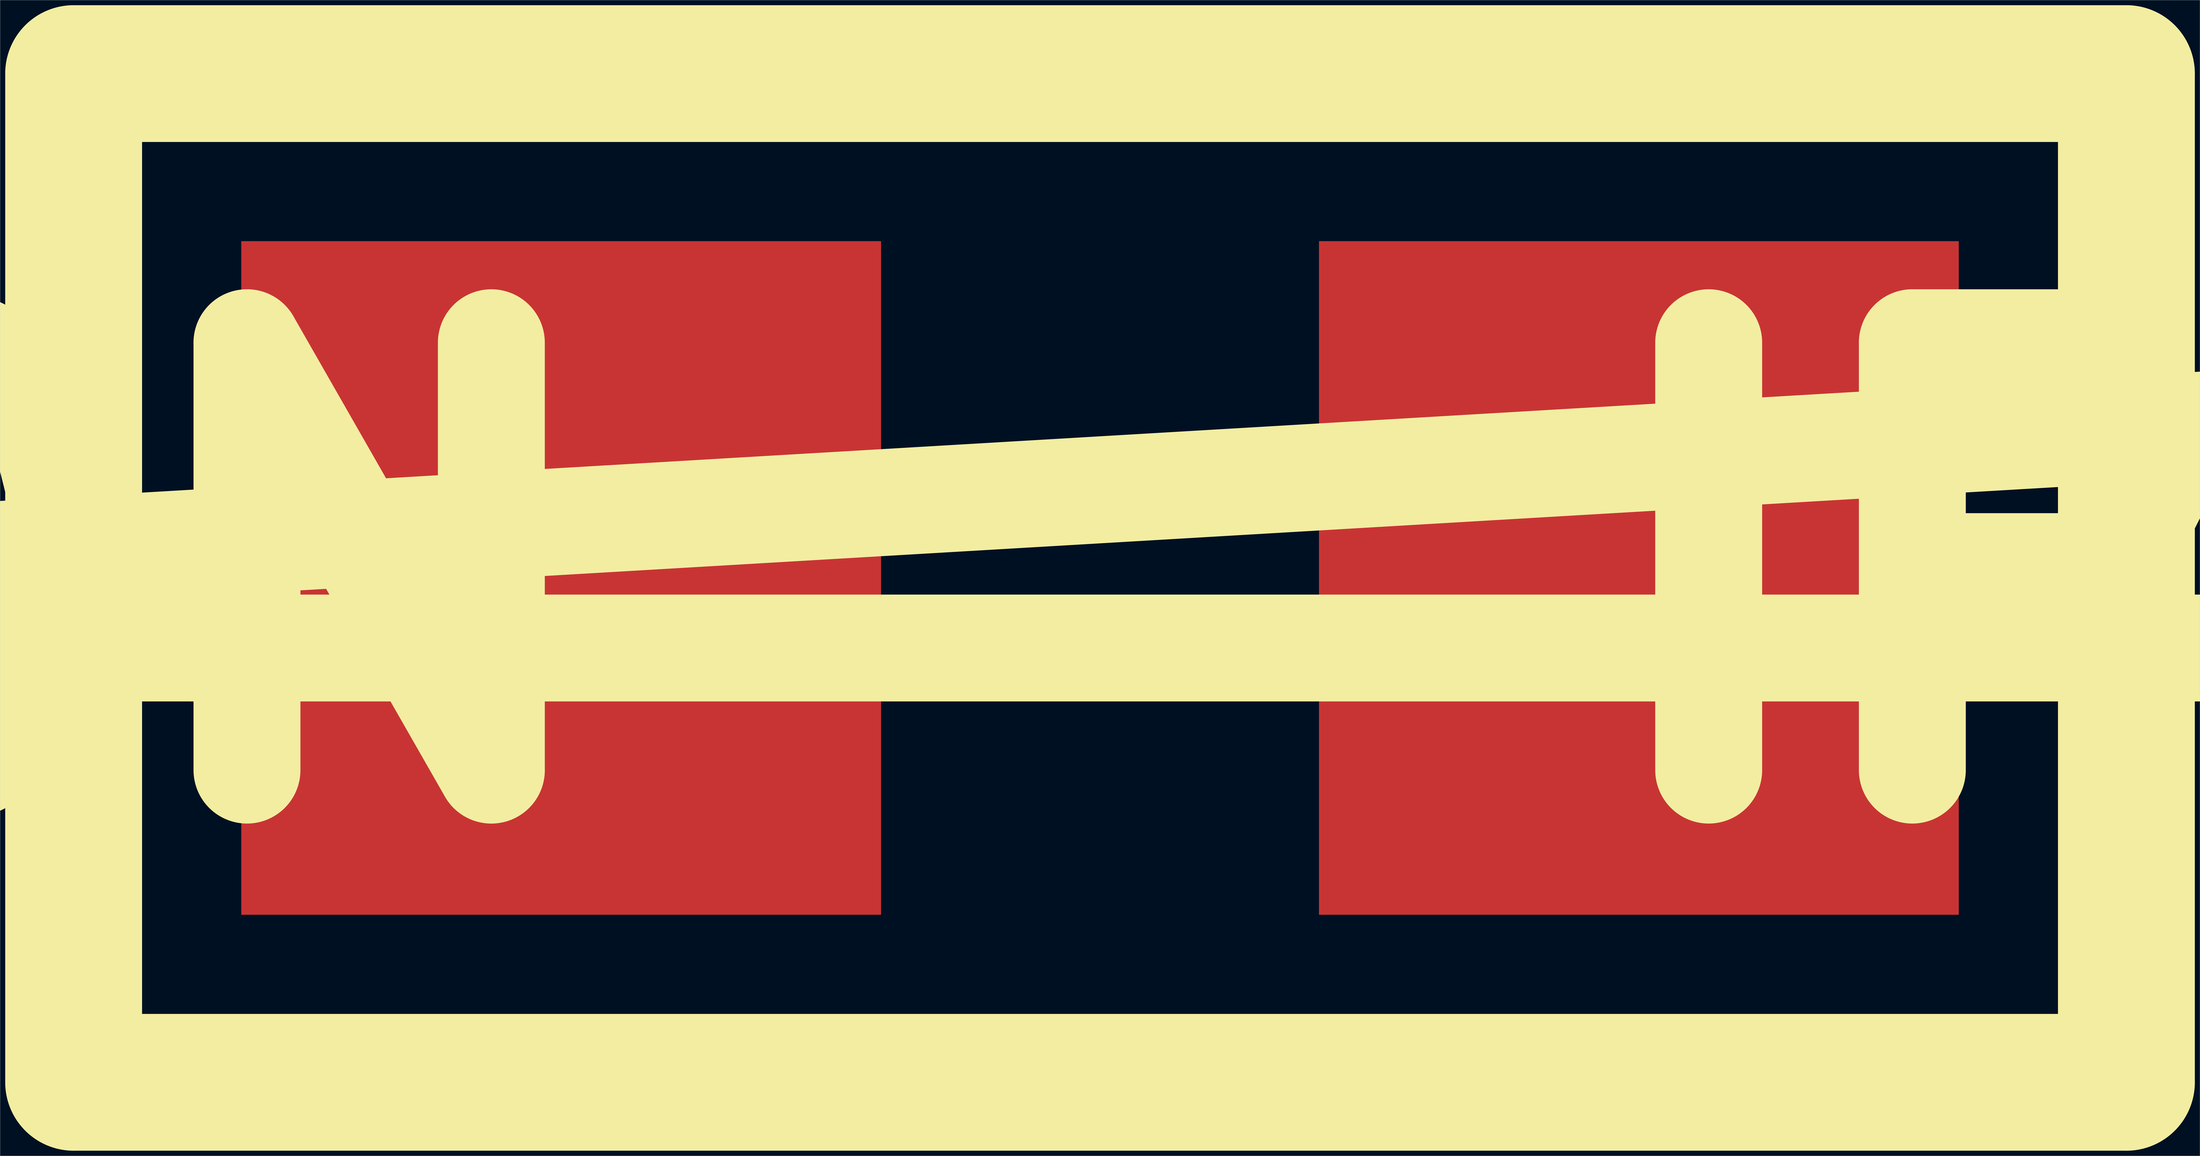
<source format=kicad_pcb>
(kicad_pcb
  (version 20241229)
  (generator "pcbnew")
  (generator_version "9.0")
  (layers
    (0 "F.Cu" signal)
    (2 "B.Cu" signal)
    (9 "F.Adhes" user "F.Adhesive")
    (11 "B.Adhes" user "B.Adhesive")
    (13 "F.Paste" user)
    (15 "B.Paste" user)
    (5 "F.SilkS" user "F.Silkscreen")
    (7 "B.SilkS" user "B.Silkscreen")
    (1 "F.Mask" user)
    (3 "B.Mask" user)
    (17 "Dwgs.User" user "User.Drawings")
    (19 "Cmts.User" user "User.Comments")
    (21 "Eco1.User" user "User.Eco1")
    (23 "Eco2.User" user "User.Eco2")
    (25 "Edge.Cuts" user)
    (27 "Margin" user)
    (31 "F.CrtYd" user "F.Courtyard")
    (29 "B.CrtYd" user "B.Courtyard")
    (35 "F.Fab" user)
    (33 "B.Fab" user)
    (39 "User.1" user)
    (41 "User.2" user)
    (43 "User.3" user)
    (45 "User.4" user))
  (footprint "IPC_CAPC1608X90N"
    (layer "F.Cu")
    (at 640 335)
    (property "Reference" "IPC_CAPC1608X90N" (at 0 0 0) (layer "F.SilkS") (effects (font (size 250 250) (thickness 120))))
    (attr through_hole)
    (fp_line (start -600 -295) (end 600 -295) (stroke (width 80) (type solid)) (layer "F.SilkS"))
    (fp_line (start -600 295) (end -600 -295) (stroke (width 80) (type solid)) (layer "F.SilkS"))
    (fp_line (start 600 -295) (end 600 295) (stroke (width 80) (type solid)) (layer "F.SilkS"))
    (fp_line (start 600 295) (end -600 295) (stroke (width 80) (type solid)) (layer "F.SilkS"))
    (pad "1" smd rect (at -315 0) (size 374 394) (layers "F.Cu" "F.Mask" "F.Paste"))
    (pad "2" smd rect (at 315 0) (size 374 394) (layers "F.Cu" "F.Mask" "F.Paste")))
  (gr_rect
    (start -3 -3)
    (end 1283 673)
    (stroke (width 0.1) (type default))
    (fill no)
    (layer "Edge.Cuts")))
</source>
